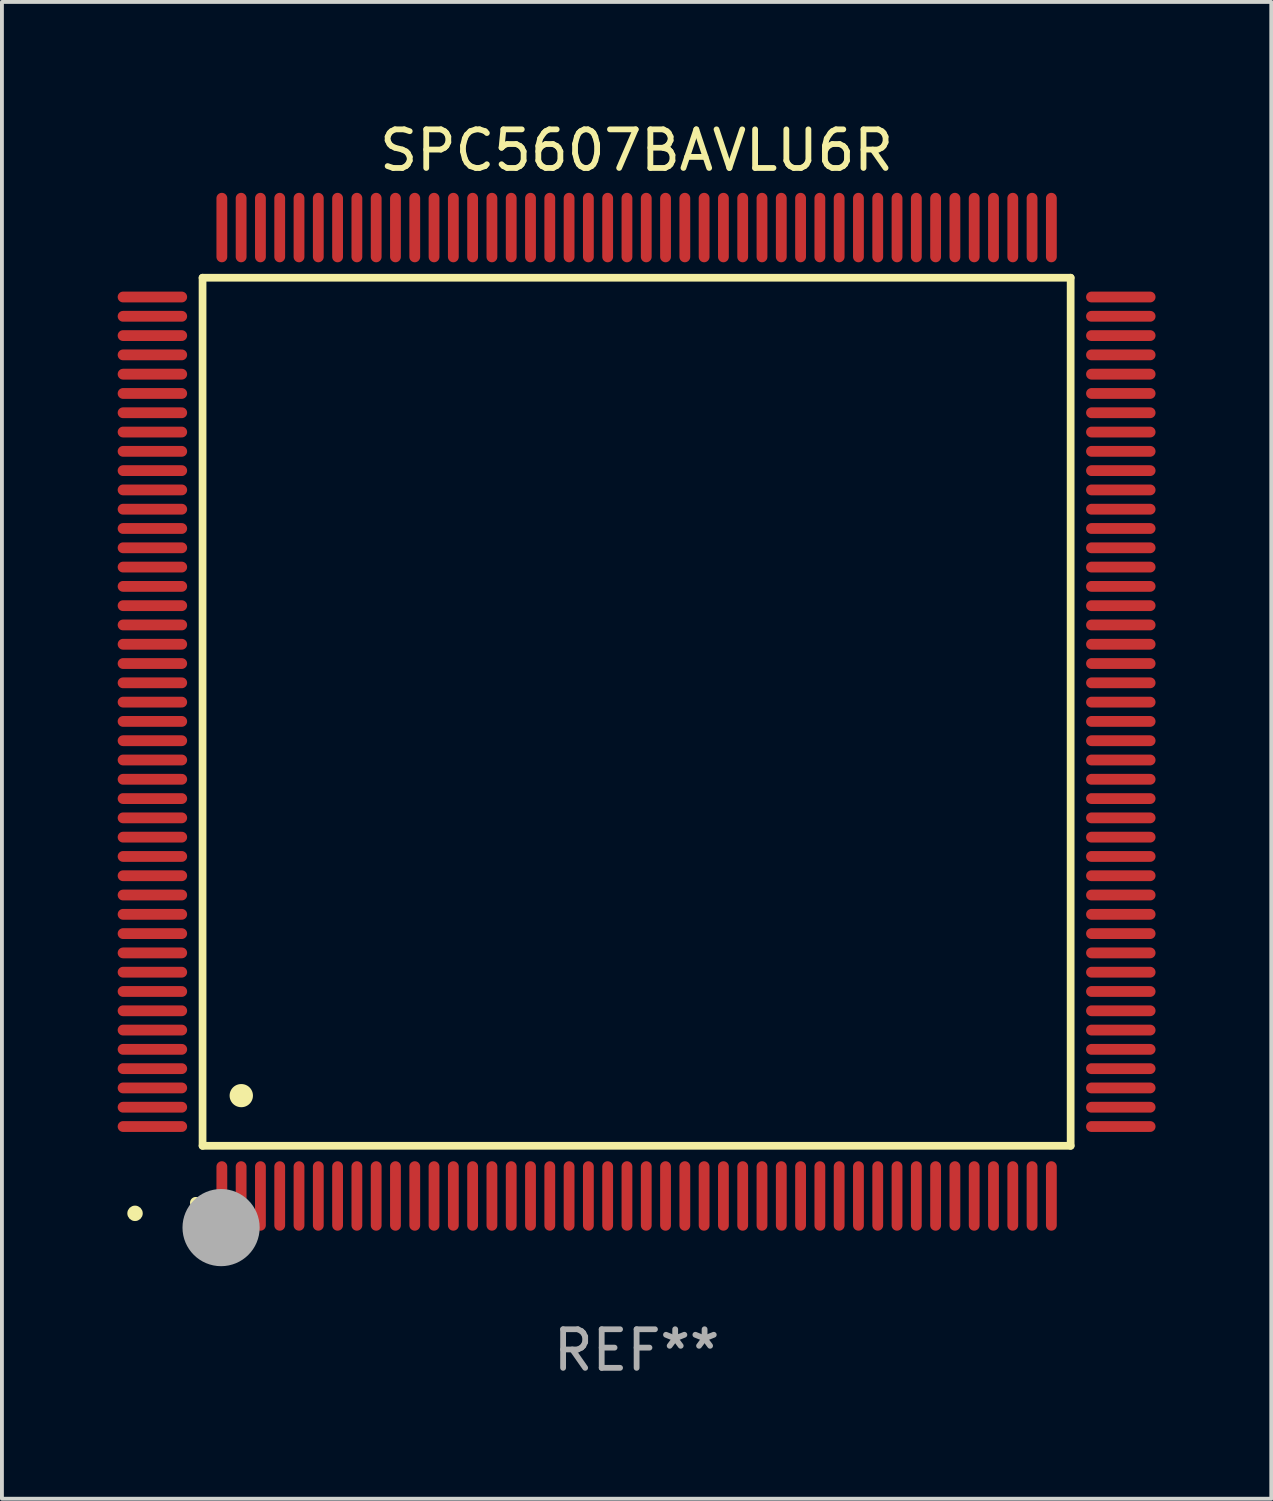
<source format=kicad_pcb>
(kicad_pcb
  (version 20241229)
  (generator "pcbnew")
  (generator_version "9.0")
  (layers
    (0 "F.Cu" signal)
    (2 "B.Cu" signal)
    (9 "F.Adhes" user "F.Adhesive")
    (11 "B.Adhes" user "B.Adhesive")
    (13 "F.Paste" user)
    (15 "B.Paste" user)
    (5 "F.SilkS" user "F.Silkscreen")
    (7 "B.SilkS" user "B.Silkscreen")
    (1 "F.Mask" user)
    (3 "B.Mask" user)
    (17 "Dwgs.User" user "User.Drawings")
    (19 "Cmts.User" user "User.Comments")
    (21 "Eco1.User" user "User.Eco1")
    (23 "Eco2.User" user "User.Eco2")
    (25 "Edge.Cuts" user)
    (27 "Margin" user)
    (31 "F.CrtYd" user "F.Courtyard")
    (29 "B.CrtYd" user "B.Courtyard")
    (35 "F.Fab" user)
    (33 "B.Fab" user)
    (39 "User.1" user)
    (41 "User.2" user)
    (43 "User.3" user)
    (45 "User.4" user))
  (footprint "SPC5607BAVLU6R"
    (layer "F.Cu")
    (at 13.45 15.398)
    (property "Reference" "SPC5607BAVLU6R" (at 0 -14.55 0) (layer "F.SilkS") (effects (font (size 1 1) (thickness 0.15))))
    (attr through_hole)
    (fp_line (start -11.25 -11.25) (end 11.25 -11.25) (stroke (width 0.2) (type solid)) (layer "F.SilkS"))
    (fp_line (start -11.25 11.25) (end -11.25 -11.25) (stroke (width 0.2) (type solid)) (layer "F.SilkS"))
    (fp_line (start 11.25 -11.25) (end 11.25 11.25) (stroke (width 0.2) (type solid)) (layer "F.SilkS"))
    (fp_line (start 11.25 11.25) (end -11.25 11.25) (stroke (width 0.2) (type solid)) (layer "F.SilkS"))
    (fp_arc (start -11.424943 12.725425) (mid -11.423673 12.72542) (end -11.422403 12.725425) (stroke (width 0.3) (type solid)) (layer "F.SilkS"))
    (fp_arc (start -10.24892 9.9492) (mid -10.24638 9.949189) (end -10.24384 9.9492) (stroke (width 0.6) (type solid)) (layer "F.SilkS"))
    (fp_circle (center -13 13) (end -12.9 13) (stroke (width 0.2) (type solid)) (fill no) (layer "F.SilkS"))
    (fp_circle (center -10.77 13.37) (end -10.27 13.37) (stroke (width 1) (type solid)) (fill no) (layer "F.Fab"))
    (fp_text user "REF**" (at 0 16.55 0) (layer "F.Fab") (effects (font (size 1 1) (thickness 0.15))))
    (pad "1" smd oval (at -10.75 12.55) (size 0.28 1.8) (layers "F.Cu" "F.Mask" "F.Paste"))
    (pad "2" smd oval (at -10.25 12.55) (size 0.28 1.8) (layers "F.Cu" "F.Mask" "F.Paste"))
    (pad "3" smd oval (at -9.75 12.55) (size 0.28 1.8) (layers "F.Cu" "F.Mask" "F.Paste"))
    (pad "4" smd oval (at -9.25 12.55) (size 0.28 1.8) (layers "F.Cu" "F.Mask" "F.Paste"))
    (pad "5" smd oval (at -8.75 12.55) (size 0.28 1.8) (layers "F.Cu" "F.Mask" "F.Paste"))
    (pad "6" smd oval (at -8.25 12.55) (size 0.28 1.8) (layers "F.Cu" "F.Mask" "F.Paste"))
    (pad "7" smd oval (at -7.75 12.55) (size 0.28 1.8) (layers "F.Cu" "F.Mask" "F.Paste"))
    (pad "8" smd oval (at -7.25 12.55) (size 0.28 1.8) (layers "F.Cu" "F.Mask" "F.Paste"))
    (pad "9" smd oval (at -6.75 12.55) (size 0.28 1.8) (layers "F.Cu" "F.Mask" "F.Paste"))
    (pad "10" smd oval (at -6.25 12.55) (size 0.28 1.8) (layers "F.Cu" "F.Mask" "F.Paste"))
    (pad "11" smd oval (at -5.75 12.55) (size 0.28 1.8) (layers "F.Cu" "F.Mask" "F.Paste"))
    (pad "12" smd oval (at -5.25 12.55) (size 0.28 1.8) (layers "F.Cu" "F.Mask" "F.Paste"))
    (pad "13" smd oval (at -4.75 12.55) (size 0.28 1.8) (layers "F.Cu" "F.Mask" "F.Paste"))
    (pad "14" smd oval (at -4.25 12.55) (size 0.28 1.8) (layers "F.Cu" "F.Mask" "F.Paste"))
    (pad "15" smd oval (at -3.75 12.55) (size 0.28 1.8) (layers "F.Cu" "F.Mask" "F.Paste"))
    (pad "16" smd oval (at -3.25 12.55) (size 0.28 1.8) (layers "F.Cu" "F.Mask" "F.Paste"))
    (pad "17" smd oval (at -2.75 12.55) (size 0.28 1.8) (layers "F.Cu" "F.Mask" "F.Paste"))
    (pad "18" smd oval (at -2.25 12.55) (size 0.28 1.8) (layers "F.Cu" "F.Mask" "F.Paste"))
    (pad "19" smd oval (at -1.75 12.55) (size 0.28 1.8) (layers "F.Cu" "F.Mask" "F.Paste"))
    (pad "20" smd oval (at -1.25 12.55) (size 0.28 1.8) (layers "F.Cu" "F.Mask" "F.Paste"))
    (pad "21" smd oval (at -0.75 12.55) (size 0.28 1.8) (layers "F.Cu" "F.Mask" "F.Paste"))
    (pad "22" smd oval (at -0.25 12.55) (size 0.28 1.8) (layers "F.Cu" "F.Mask" "F.Paste"))
    (pad "23" smd oval (at 0.25 12.55) (size 0.28 1.8) (layers "F.Cu" "F.Mask" "F.Paste"))
    (pad "24" smd oval (at 0.75 12.55) (size 0.28 1.8) (layers "F.Cu" "F.Mask" "F.Paste"))
    (pad "25" smd oval (at 1.25 12.55) (size 0.28 1.8) (layers "F.Cu" "F.Mask" "F.Paste"))
    (pad "26" smd oval (at 1.75 12.55) (size 0.28 1.8) (layers "F.Cu" "F.Mask" "F.Paste"))
    (pad "27" smd oval (at 2.25 12.55) (size 0.28 1.8) (layers "F.Cu" "F.Mask" "F.Paste"))
    (pad "28" smd oval (at 2.75 12.55) (size 0.28 1.8) (layers "F.Cu" "F.Mask" "F.Paste"))
    (pad "29" smd oval (at 3.25 12.55) (size 0.28 1.8) (layers "F.Cu" "F.Mask" "F.Paste"))
    (pad "30" smd oval (at 3.75 12.55) (size 0.28 1.8) (layers "F.Cu" "F.Mask" "F.Paste"))
    (pad "31" smd oval (at 4.25 12.55) (size 0.28 1.8) (layers "F.Cu" "F.Mask" "F.Paste"))
    (pad "32" smd oval (at 4.75 12.55) (size 0.28 1.8) (layers "F.Cu" "F.Mask" "F.Paste"))
    (pad "33" smd oval (at 5.25 12.55) (size 0.28 1.8) (layers "F.Cu" "F.Mask" "F.Paste"))
    (pad "34" smd oval (at 5.75 12.55) (size 0.28 1.8) (layers "F.Cu" "F.Mask" "F.Paste"))
    (pad "35" smd oval (at 6.25 12.55) (size 0.28 1.8) (layers "F.Cu" "F.Mask" "F.Paste"))
    (pad "36" smd oval (at 6.75 12.55) (size 0.28 1.8) (layers "F.Cu" "F.Mask" "F.Paste"))
    (pad "37" smd oval (at 7.25 12.55) (size 0.28 1.8) (layers "F.Cu" "F.Mask" "F.Paste"))
    (pad "38" smd oval (at 7.75 12.55) (size 0.28 1.8) (layers "F.Cu" "F.Mask" "F.Paste"))
    (pad "39" smd oval (at 8.25 12.55) (size 0.28 1.8) (layers "F.Cu" "F.Mask" "F.Paste"))
    (pad "40" smd oval (at 8.75 12.55) (size 0.28 1.8) (layers "F.Cu" "F.Mask" "F.Paste"))
    (pad "41" smd oval (at 9.25 12.55) (size 0.28 1.8) (layers "F.Cu" "F.Mask" "F.Paste"))
    (pad "42" smd oval (at 9.75 12.55) (size 0.28 1.8) (layers "F.Cu" "F.Mask" "F.Paste"))
    (pad "43" smd oval (at 10.25 12.55) (size 0.28 1.8) (layers "F.Cu" "F.Mask" "F.Paste"))
    (pad "44" smd oval (at 10.75 12.55) (size 0.28 1.8) (layers "F.Cu" "F.Mask" "F.Paste"))
    (pad "45" smd oval (at 12.55 10.75) (size 1.8 0.28) (layers "F.Cu" "F.Mask" "F.Paste"))
    (pad "46" smd oval (at 12.55 10.25) (size 1.8 0.28) (layers "F.Cu" "F.Mask" "F.Paste"))
    (pad "47" smd oval (at 12.55 9.75) (size 1.8 0.28) (layers "F.Cu" "F.Mask" "F.Paste"))
    (pad "48" smd oval (at 12.55 9.25) (size 1.8 0.28) (layers "F.Cu" "F.Mask" "F.Paste"))
    (pad "49" smd oval (at 12.55 8.75) (size 1.8 0.28) (layers "F.Cu" "F.Mask" "F.Paste"))
    (pad "50" smd oval (at 12.55 8.25) (size 1.8 0.28) (layers "F.Cu" "F.Mask" "F.Paste"))
    (pad "51" smd oval (at 12.55 7.75) (size 1.8 0.28) (layers "F.Cu" "F.Mask" "F.Paste"))
    (pad "52" smd oval (at 12.55 7.25) (size 1.8 0.28) (layers "F.Cu" "F.Mask" "F.Paste"))
    (pad "53" smd oval (at 12.55 6.75) (size 1.8 0.28) (layers "F.Cu" "F.Mask" "F.Paste"))
    (pad "54" smd oval (at 12.55 6.25) (size 1.8 0.28) (layers "F.Cu" "F.Mask" "F.Paste"))
    (pad "55" smd oval (at 12.55 5.75) (size 1.8 0.28) (layers "F.Cu" "F.Mask" "F.Paste"))
    (pad "56" smd oval (at 12.55 5.25) (size 1.8 0.28) (layers "F.Cu" "F.Mask" "F.Paste"))
    (pad "57" smd oval (at 12.55 4.75) (size 1.8 0.28) (layers "F.Cu" "F.Mask" "F.Paste"))
    (pad "58" smd oval (at 12.55 4.25) (size 1.8 0.28) (layers "F.Cu" "F.Mask" "F.Paste"))
    (pad "59" smd oval (at 12.55 3.75) (size 1.8 0.28) (layers "F.Cu" "F.Mask" "F.Paste"))
    (pad "60" smd oval (at 12.55 3.25) (size 1.8 0.28) (layers "F.Cu" "F.Mask" "F.Paste"))
    (pad "61" smd oval (at 12.55 2.75) (size 1.8 0.28) (layers "F.Cu" "F.Mask" "F.Paste"))
    (pad "62" smd oval (at 12.55 2.25) (size 1.8 0.28) (layers "F.Cu" "F.Mask" "F.Paste"))
    (pad "63" smd oval (at 12.55 1.75) (size 1.8 0.28) (layers "F.Cu" "F.Mask" "F.Paste"))
    (pad "64" smd oval (at 12.55 1.25) (size 1.8 0.28) (layers "F.Cu" "F.Mask" "F.Paste"))
    (pad "65" smd oval (at 12.55 0.75) (size 1.8 0.28) (layers "F.Cu" "F.Mask" "F.Paste"))
    (pad "66" smd oval (at 12.55 0.25) (size 1.8 0.28) (layers "F.Cu" "F.Mask" "F.Paste"))
    (pad "67" smd oval (at 12.55 -0.25) (size 1.8 0.28) (layers "F.Cu" "F.Mask" "F.Paste"))
    (pad "68" smd oval (at 12.55 -0.75) (size 1.8 0.28) (layers "F.Cu" "F.Mask" "F.Paste"))
    (pad "69" smd oval (at 12.55 -1.25) (size 1.8 0.28) (layers "F.Cu" "F.Mask" "F.Paste"))
    (pad "70" smd oval (at 12.55 -1.75) (size 1.8 0.28) (layers "F.Cu" "F.Mask" "F.Paste"))
    (pad "71" smd oval (at 12.55 -2.25) (size 1.8 0.28) (layers "F.Cu" "F.Mask" "F.Paste"))
    (pad "72" smd oval (at 12.55 -2.75) (size 1.8 0.28) (layers "F.Cu" "F.Mask" "F.Paste"))
    (pad "73" smd oval (at 12.55 -3.25) (size 1.8 0.28) (layers "F.Cu" "F.Mask" "F.Paste"))
    (pad "74" smd oval (at 12.55 -3.75) (size 1.8 0.28) (layers "F.Cu" "F.Mask" "F.Paste"))
    (pad "75" smd oval (at 12.55 -4.25) (size 1.8 0.28) (layers "F.Cu" "F.Mask" "F.Paste"))
    (pad "76" smd oval (at 12.55 -4.75) (size 1.8 0.28) (layers "F.Cu" "F.Mask" "F.Paste"))
    (pad "77" smd oval (at 12.55 -5.25) (size 1.8 0.28) (layers "F.Cu" "F.Mask" "F.Paste"))
    (pad "78" smd oval (at 12.55 -5.75) (size 1.8 0.28) (layers "F.Cu" "F.Mask" "F.Paste"))
    (pad "79" smd oval (at 12.55 -6.25) (size 1.8 0.28) (layers "F.Cu" "F.Mask" "F.Paste"))
    (pad "80" smd oval (at 12.55 -6.75) (size 1.8 0.28) (layers "F.Cu" "F.Mask" "F.Paste"))
    (pad "81" smd oval (at 12.55 -7.25) (size 1.8 0.28) (layers "F.Cu" "F.Mask" "F.Paste"))
    (pad "82" smd oval (at 12.55 -7.75) (size 1.8 0.28) (layers "F.Cu" "F.Mask" "F.Paste"))
    (pad "83" smd oval (at 12.55 -8.25) (size 1.8 0.28) (layers "F.Cu" "F.Mask" "F.Paste"))
    (pad "84" smd oval (at 12.55 -8.75) (size 1.8 0.28) (layers "F.Cu" "F.Mask" "F.Paste"))
    (pad "85" smd oval (at 12.55 -9.25) (size 1.8 0.28) (layers "F.Cu" "F.Mask" "F.Paste"))
    (pad "86" smd oval (at 12.55 -9.75) (size 1.8 0.28) (layers "F.Cu" "F.Mask" "F.Paste"))
    (pad "87" smd oval (at 12.55 -10.25) (size 1.8 0.28) (layers "F.Cu" "F.Mask" "F.Paste"))
    (pad "88" smd oval (at 12.55 -10.75) (size 1.8 0.28) (layers "F.Cu" "F.Mask" "F.Paste"))
    (pad "89" smd oval (at 10.75 -12.55) (size 0.28 1.8) (layers "F.Cu" "F.Mask" "F.Paste"))
    (pad "90" smd oval (at 10.25 -12.55) (size 0.28 1.8) (layers "F.Cu" "F.Mask" "F.Paste"))
    (pad "91" smd oval (at 9.75 -12.55) (size 0.28 1.8) (layers "F.Cu" "F.Mask" "F.Paste"))
    (pad "92" smd oval (at 9.25 -12.55) (size 0.28 1.8) (layers "F.Cu" "F.Mask" "F.Paste"))
    (pad "93" smd oval (at 8.75 -12.55) (size 0.28 1.8) (layers "F.Cu" "F.Mask" "F.Paste"))
    (pad "94" smd oval (at 8.25 -12.55) (size 0.28 1.8) (layers "F.Cu" "F.Mask" "F.Paste"))
    (pad "95" smd oval (at 7.75 -12.55) (size 0.28 1.8) (layers "F.Cu" "F.Mask" "F.Paste"))
    (pad "96" smd oval (at 7.25 -12.55) (size 0.28 1.8) (layers "F.Cu" "F.Mask" "F.Paste"))
    (pad "97" smd oval (at 6.75 -12.55) (size 0.28 1.8) (layers "F.Cu" "F.Mask" "F.Paste"))
    (pad "98" smd oval (at 6.25 -12.55) (size 0.28 1.8) (layers "F.Cu" "F.Mask" "F.Paste"))
    (pad "99" smd oval (at 5.75 -12.55) (size 0.28 1.8) (layers "F.Cu" "F.Mask" "F.Paste"))
    (pad "100" smd oval (at 5.25 -12.55) (size 0.28 1.8) (layers "F.Cu" "F.Mask" "F.Paste"))
    (pad "101" smd oval (at 4.75 -12.55) (size 0.28 1.8) (layers "F.Cu" "F.Mask" "F.Paste"))
    (pad "102" smd oval (at 4.25 -12.55) (size 0.28 1.8) (layers "F.Cu" "F.Mask" "F.Paste"))
    (pad "103" smd oval (at 3.75 -12.55) (size 0.28 1.8) (layers "F.Cu" "F.Mask" "F.Paste"))
    (pad "104" smd oval (at 3.25 -12.55) (size 0.28 1.8) (layers "F.Cu" "F.Mask" "F.Paste"))
    (pad "105" smd oval (at 2.75 -12.55) (size 0.28 1.8) (layers "F.Cu" "F.Mask" "F.Paste"))
    (pad "106" smd oval (at 2.25 -12.55) (size 0.28 1.8) (layers "F.Cu" "F.Mask" "F.Paste"))
    (pad "107" smd oval (at 1.75 -12.55) (size 0.28 1.8) (layers "F.Cu" "F.Mask" "F.Paste"))
    (pad "108" smd oval (at 1.25 -12.55) (size 0.28 1.8) (layers "F.Cu" "F.Mask" "F.Paste"))
    (pad "109" smd oval (at 0.75 -12.55) (size 0.28 1.8) (layers "F.Cu" "F.Mask" "F.Paste"))
    (pad "110" smd oval (at 0.25 -12.55) (size 0.28 1.8) (layers "F.Cu" "F.Mask" "F.Paste"))
    (pad "111" smd oval (at -0.25 -12.55) (size 0.28 1.8) (layers "F.Cu" "F.Mask" "F.Paste"))
    (pad "112" smd oval (at -0.75 -12.55) (size 0.28 1.8) (layers "F.Cu" "F.Mask" "F.Paste"))
    (pad "113" smd oval (at -1.25 -12.55) (size 0.28 1.8) (layers "F.Cu" "F.Mask" "F.Paste"))
    (pad "114" smd oval (at -1.75 -12.55) (size 0.28 1.8) (layers "F.Cu" "F.Mask" "F.Paste"))
    (pad "115" smd oval (at -2.25 -12.55) (size 0.28 1.8) (layers "F.Cu" "F.Mask" "F.Paste"))
    (pad "116" smd oval (at -2.75 -12.55) (size 0.28 1.8) (layers "F.Cu" "F.Mask" "F.Paste"))
    (pad "117" smd oval (at -3.25 -12.55) (size 0.28 1.8) (layers "F.Cu" "F.Mask" "F.Paste"))
    (pad "118" smd oval (at -3.75 -12.55) (size 0.28 1.8) (layers "F.Cu" "F.Mask" "F.Paste"))
    (pad "119" smd oval (at -4.25 -12.55) (size 0.28 1.8) (layers "F.Cu" "F.Mask" "F.Paste"))
    (pad "120" smd oval (at -4.75 -12.55) (size 0.28 1.8) (layers "F.Cu" "F.Mask" "F.Paste"))
    (pad "121" smd oval (at -5.25 -12.55) (size 0.28 1.8) (layers "F.Cu" "F.Mask" "F.Paste"))
    (pad "122" smd oval (at -5.75 -12.55) (size 0.28 1.8) (layers "F.Cu" "F.Mask" "F.Paste"))
    (pad "123" smd oval (at -6.25 -12.55) (size 0.28 1.8) (layers "F.Cu" "F.Mask" "F.Paste"))
    (pad "124" smd oval (at -6.75 -12.55) (size 0.28 1.8) (layers "F.Cu" "F.Mask" "F.Paste"))
    (pad "125" smd oval (at -7.25 -12.55) (size 0.28 1.8) (layers "F.Cu" "F.Mask" "F.Paste"))
    (pad "126" smd oval (at -7.75 -12.55) (size 0.28 1.8) (layers "F.Cu" "F.Mask" "F.Paste"))
    (pad "127" smd oval (at -8.25 -12.55) (size 0.28 1.8) (layers "F.Cu" "F.Mask" "F.Paste"))
    (pad "128" smd oval (at -8.75 -12.55) (size 0.28 1.8) (layers "F.Cu" "F.Mask" "F.Paste"))
    (pad "129" smd oval (at -9.25 -12.55) (size 0.28 1.8) (layers "F.Cu" "F.Mask" "F.Paste"))
    (pad "130" smd oval (at -9.75 -12.55) (size 0.28 1.8) (layers "F.Cu" "F.Mask" "F.Paste"))
    (pad "131" smd oval (at -10.25 -12.55) (size 0.28 1.8) (layers "F.Cu" "F.Mask" "F.Paste"))
    (pad "132" smd oval (at -10.75 -12.55) (size 0.28 1.8) (layers "F.Cu" "F.Mask" "F.Paste"))
    (pad "133" smd oval (at -12.55 -10.75) (size 1.8 0.28) (layers "F.Cu" "F.Mask" "F.Paste"))
    (pad "134" smd oval (at -12.55 -10.25) (size 1.8 0.28) (layers "F.Cu" "F.Mask" "F.Paste"))
    (pad "135" smd oval (at -12.55 -9.75) (size 1.8 0.28) (layers "F.Cu" "F.Mask" "F.Paste"))
    (pad "136" smd oval (at -12.55 -9.25) (size 1.8 0.28) (layers "F.Cu" "F.Mask" "F.Paste"))
    (pad "137" smd oval (at -12.55 -8.75) (size 1.8 0.28) (layers "F.Cu" "F.Mask" "F.Paste"))
    (pad "138" smd oval (at -12.55 -8.25) (size 1.8 0.28) (layers "F.Cu" "F.Mask" "F.Paste"))
    (pad "139" smd oval (at -12.55 -7.75) (size 1.8 0.28) (layers "F.Cu" "F.Mask" "F.Paste"))
    (pad "140" smd oval (at -12.55 -7.25) (size 1.8 0.28) (layers "F.Cu" "F.Mask" "F.Paste"))
    (pad "141" smd oval (at -12.55 -6.75) (size 1.8 0.28) (layers "F.Cu" "F.Mask" "F.Paste"))
    (pad "142" smd oval (at -12.55 -6.25) (size 1.8 0.28) (layers "F.Cu" "F.Mask" "F.Paste"))
    (pad "143" smd oval (at -12.55 -5.75) (size 1.8 0.28) (layers "F.Cu" "F.Mask" "F.Paste"))
    (pad "144" smd oval (at -12.55 -5.25) (size 1.8 0.28) (layers "F.Cu" "F.Mask" "F.Paste"))
    (pad "145" smd oval (at -12.55 -4.75) (size 1.8 0.28) (layers "F.Cu" "F.Mask" "F.Paste"))
    (pad "146" smd oval (at -12.55 -4.25) (size 1.8 0.28) (layers "F.Cu" "F.Mask" "F.Paste"))
    (pad "147" smd oval (at -12.55 -3.75) (size 1.8 0.28) (layers "F.Cu" "F.Mask" "F.Paste"))
    (pad "148" smd oval (at -12.55 -3.25) (size 1.8 0.28) (layers "F.Cu" "F.Mask" "F.Paste"))
    (pad "149" smd oval (at -12.55 -2.75) (size 1.8 0.28) (layers "F.Cu" "F.Mask" "F.Paste"))
    (pad "150" smd oval (at -12.55 -2.25) (size 1.8 0.28) (layers "F.Cu" "F.Mask" "F.Paste"))
    (pad "151" smd oval (at -12.55 -1.75) (size 1.8 0.28) (layers "F.Cu" "F.Mask" "F.Paste"))
    (pad "152" smd oval (at -12.55 -1.25) (size 1.8 0.28) (layers "F.Cu" "F.Mask" "F.Paste"))
    (pad "153" smd oval (at -12.55 -0.75) (size 1.8 0.28) (layers "F.Cu" "F.Mask" "F.Paste"))
    (pad "154" smd oval (at -12.55 -0.25) (size 1.8 0.28) (layers "F.Cu" "F.Mask" "F.Paste"))
    (pad "155" smd oval (at -12.55 0.25) (size 1.8 0.28) (layers "F.Cu" "F.Mask" "F.Paste"))
    (pad "156" smd oval (at -12.55 0.75) (size 1.8 0.28) (layers "F.Cu" "F.Mask" "F.Paste"))
    (pad "157" smd oval (at -12.55 1.25) (size 1.8 0.28) (layers "F.Cu" "F.Mask" "F.Paste"))
    (pad "158" smd oval (at -12.55 1.75) (size 1.8 0.28) (layers "F.Cu" "F.Mask" "F.Paste"))
    (pad "159" smd oval (at -12.55 2.25) (size 1.8 0.28) (layers "F.Cu" "F.Mask" "F.Paste"))
    (pad "160" smd oval (at -12.55 2.75) (size 1.8 0.28) (layers "F.Cu" "F.Mask" "F.Paste"))
    (pad "161" smd oval (at -12.55 3.25) (size 1.8 0.28) (layers "F.Cu" "F.Mask" "F.Paste"))
    (pad "162" smd oval (at -12.55 3.75) (size 1.8 0.28) (layers "F.Cu" "F.Mask" "F.Paste"))
    (pad "163" smd oval (at -12.55 4.25) (size 1.8 0.28) (layers "F.Cu" "F.Mask" "F.Paste"))
    (pad "164" smd oval (at -12.55 4.75) (size 1.8 0.28) (layers "F.Cu" "F.Mask" "F.Paste"))
    (pad "165" smd oval (at -12.55 5.25) (size 1.8 0.28) (layers "F.Cu" "F.Mask" "F.Paste"))
    (pad "166" smd oval (at -12.55 5.75) (size 1.8 0.28) (layers "F.Cu" "F.Mask" "F.Paste"))
    (pad "167" smd oval (at -12.55 6.25) (size 1.8 0.28) (layers "F.Cu" "F.Mask" "F.Paste"))
    (pad "168" smd oval (at -12.55 6.75) (size 1.8 0.28) (layers "F.Cu" "F.Mask" "F.Paste"))
    (pad "169" smd oval (at -12.55 7.25) (size 1.8 0.28) (layers "F.Cu" "F.Mask" "F.Paste"))
    (pad "170" smd oval (at -12.55 7.75) (size 1.8 0.28) (layers "F.Cu" "F.Mask" "F.Paste"))
    (pad "171" smd oval (at -12.55 8.25) (size 1.8 0.28) (layers "F.Cu" "F.Mask" "F.Paste"))
    (pad "172" smd oval (at -12.55 8.75) (size 1.8 0.28) (layers "F.Cu" "F.Mask" "F.Paste"))
    (pad "173" smd oval (at -12.55 9.25) (size 1.8 0.28) (layers "F.Cu" "F.Mask" "F.Paste"))
    (pad "174" smd oval (at -12.55 9.75) (size 1.8 0.28) (layers "F.Cu" "F.Mask" "F.Paste"))
    (pad "175" smd oval (at -12.55 10.25) (size 1.8 0.28) (layers "F.Cu" "F.Mask" "F.Paste"))
    (pad "176" smd oval (at -12.55 10.75) (size 1.8 0.28) (layers "F.Cu" "F.Mask" "F.Paste")))
  (gr_rect
    (start -3 -3)
    (end 29.9 35.796)
    (stroke (width 0.1) (type default))
    (fill no)
    (layer "Edge.Cuts")))
</source>
